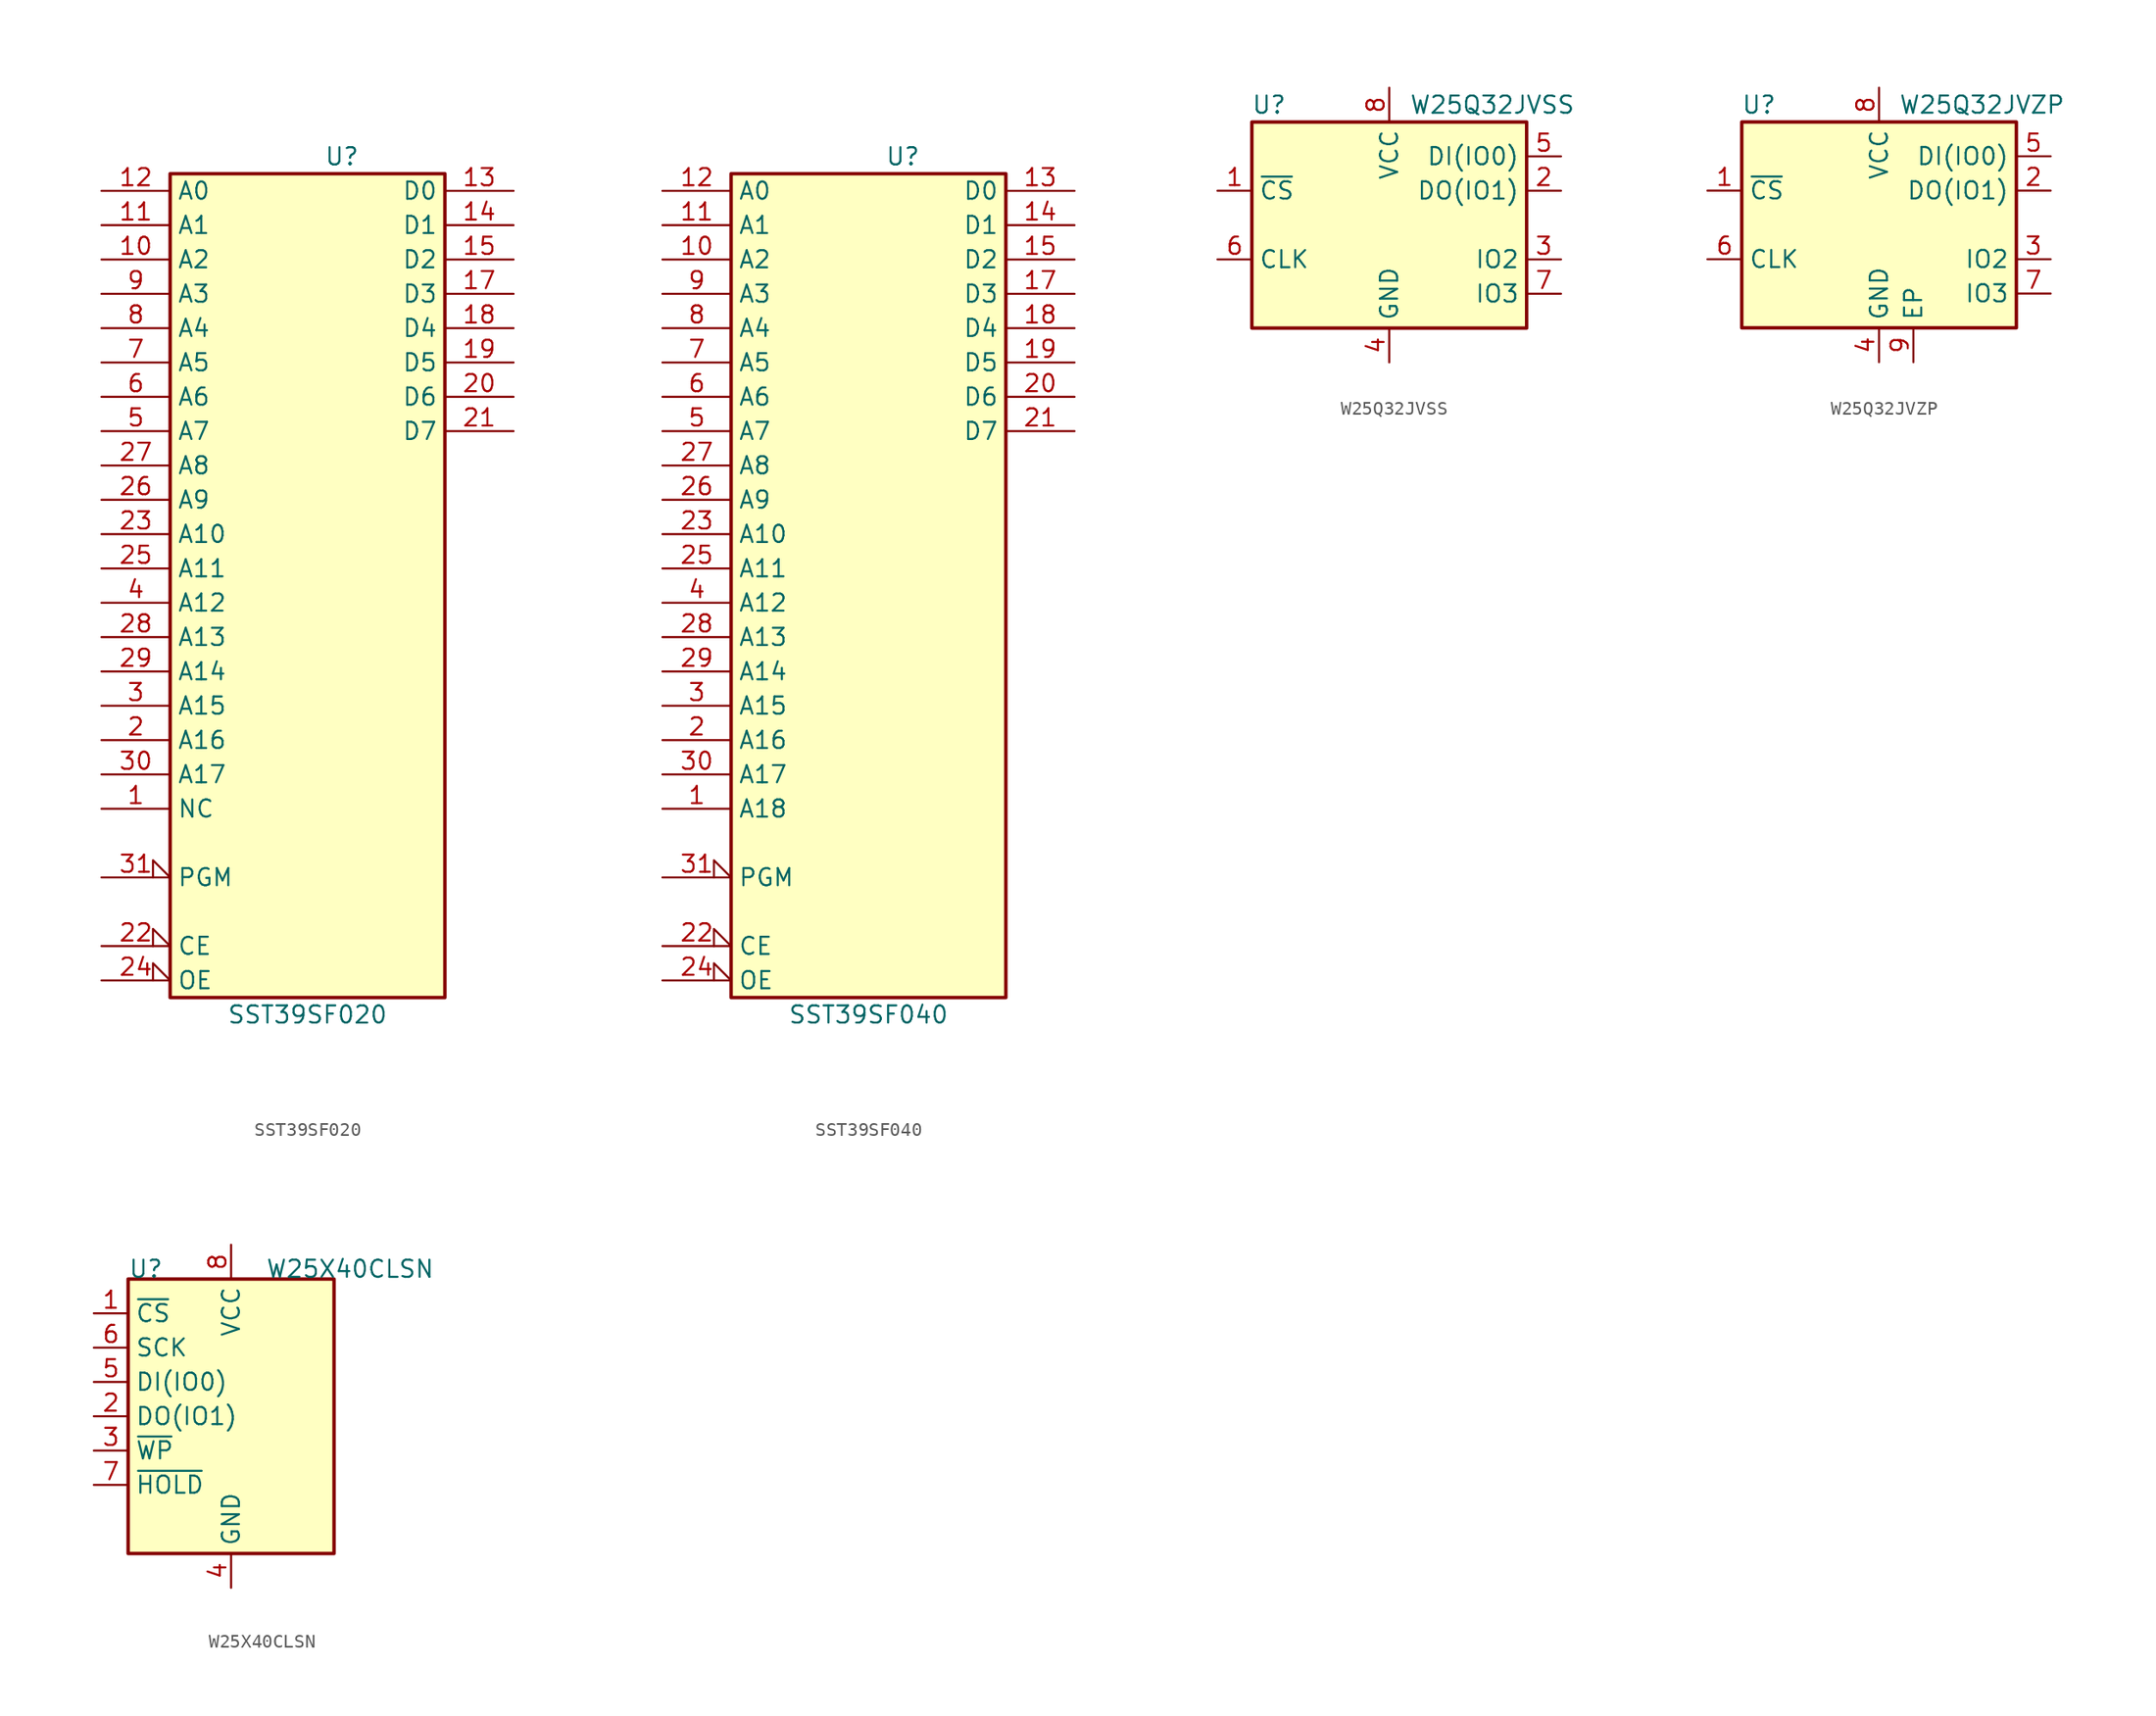
<source format=kicad_sym>
(kicad_symbol_lib
  (version 20211014)
  (generator kicad_symbol_editor)
  (symbol "SST39SF020"
    (property "Reference" "U"
      (at 2.54 33.02 0)
      (effects (font (size 1.27 1.27))))
    (property "Value" "SST39SF020"
      (at 0 -30.48 0)
      (effects (font (size 1.27 1.27))))
    (symbol "SST39SF020_0_0"
      (pin power_in line (at 0 -30.48 90) (length 1.27) hide (name "GND" (effects (font (size 1.27 1.27)))) (number "16" (effects (font (size 1.27 1.27)))))
      (pin power_in line (at 0 33.02 270) (length 1.27) hide (name "VCC" (effects (font (size 1.27 1.27)))) (number "32" (effects (font (size 1.27 1.27))))))
    (symbol "SST39SF020_0_1"
      (rectangle (start -10.16 31.75) (end 10.16 -29.21) (stroke (width 0.254) (type default) (color 0 0 0 0)) (fill (type background))))
    (symbol "SST39SF020_1_1"
      (pin input line (at -15.24 -15.24 0) (length 5.08) (name "NC" (effects (font (size 1.27 1.27)))) (number "1" (effects (font (size 1.27 1.27)))))
      (pin input line (at -15.24 25.4 0) (length 5.08) (name "A2" (effects (font (size 1.27 1.27)))) (number "10" (effects (font (size 1.27 1.27)))))
      (pin input line (at -15.24 27.94 0) (length 5.08) (name "A1" (effects (font (size 1.27 1.27)))) (number "11" (effects (font (size 1.27 1.27)))))
      (pin input line (at -15.24 30.48 0) (length 5.08) (name "A0" (effects (font (size 1.27 1.27)))) (number "12" (effects (font (size 1.27 1.27)))))
      (pin tri_state line (at 15.24 30.48 180) (length 5.08) (name "D0" (effects (font (size 1.27 1.27)))) (number "13" (effects (font (size 1.27 1.27)))))
      (pin tri_state line (at 15.24 27.94 180) (length 5.08) (name "D1" (effects (font (size 1.27 1.27)))) (number "14" (effects (font (size 1.27 1.27)))))
      (pin tri_state line (at 15.24 25.4 180) (length 5.08) (name "D2" (effects (font (size 1.27 1.27)))) (number "15" (effects (font (size 1.27 1.27)))))
      (pin tri_state line (at 15.24 22.86 180) (length 5.08) (name "D3" (effects (font (size 1.27 1.27)))) (number "17" (effects (font (size 1.27 1.27)))))
      (pin tri_state line (at 15.24 20.32 180) (length 5.08) (name "D4" (effects (font (size 1.27 1.27)))) (number "18" (effects (font (size 1.27 1.27)))))
      (pin tri_state line (at 15.24 17.78 180) (length 5.08) (name "D5" (effects (font (size 1.27 1.27)))) (number "19" (effects (font (size 1.27 1.27)))))
      (pin input line (at -15.24 -10.16 0) (length 5.08) (name "A16" (effects (font (size 1.27 1.27)))) (number "2" (effects (font (size 1.27 1.27)))))
      (pin tri_state line (at 15.24 15.24 180) (length 5.08) (name "D6" (effects (font (size 1.27 1.27)))) (number "20" (effects (font (size 1.27 1.27)))))
      (pin tri_state line (at 15.24 12.7 180) (length 5.08) (name "D7" (effects (font (size 1.27 1.27)))) (number "21" (effects (font (size 1.27 1.27)))))
      (pin input input_low (at -15.24 -25.4 0) (length 5.08) (name "CE" (effects (font (size 1.27 1.27)))) (number "22" (effects (font (size 1.27 1.27)))))
      (pin input line (at -15.24 5.08 0) (length 5.08) (name "A10" (effects (font (size 1.27 1.27)))) (number "23" (effects (font (size 1.27 1.27)))))
      (pin input input_low (at -15.24 -27.94 0) (length 5.08) (name "OE" (effects (font (size 1.27 1.27)))) (number "24" (effects (font (size 1.27 1.27)))))
      (pin input line (at -15.24 2.54 0) (length 5.08) (name "A11" (effects (font (size 1.27 1.27)))) (number "25" (effects (font (size 1.27 1.27)))))
      (pin input line (at -15.24 7.62 0) (length 5.08) (name "A9" (effects (font (size 1.27 1.27)))) (number "26" (effects (font (size 1.27 1.27)))))
      (pin input line (at -15.24 10.16 0) (length 5.08) (name "A8" (effects (font (size 1.27 1.27)))) (number "27" (effects (font (size 1.27 1.27)))))
      (pin input line (at -15.24 -2.54 0) (length 5.08) (name "A13" (effects (font (size 1.27 1.27)))) (number "28" (effects (font (size 1.27 1.27)))))
      (pin input line (at -15.24 -5.08 0) (length 5.08) (name "A14" (effects (font (size 1.27 1.27)))) (number "29" (effects (font (size 1.27 1.27)))))
      (pin input line (at -15.24 -7.62 0) (length 5.08) (name "A15" (effects (font (size 1.27 1.27)))) (number "3" (effects (font (size 1.27 1.27)))))
      (pin input line (at -15.24 -12.7 0) (length 5.08) (name "A17" (effects (font (size 1.27 1.27)))) (number "30" (effects (font (size 1.27 1.27)))))
      (pin input input_low (at -15.24 -20.32 0) (length 5.08) (name "PGM" (effects (font (size 1.27 1.27)))) (number "31" (effects (font (size 1.27 1.27)))))
      (pin input line (at -15.24 0 0) (length 5.08) (name "A12" (effects (font (size 1.27 1.27)))) (number "4" (effects (font (size 1.27 1.27)))))
      (pin input line (at -15.24 12.7 0) (length 5.08) (name "A7" (effects (font (size 1.27 1.27)))) (number "5" (effects (font (size 1.27 1.27)))))
      (pin input line (at -15.24 15.24 0) (length 5.08) (name "A6" (effects (font (size 1.27 1.27)))) (number "6" (effects (font (size 1.27 1.27)))))
      (pin input line (at -15.24 17.78 0) (length 5.08) (name "A5" (effects (font (size 1.27 1.27)))) (number "7" (effects (font (size 1.27 1.27)))))
      (pin input line (at -15.24 20.32 0) (length 5.08) (name "A4" (effects (font (size 1.27 1.27)))) (number "8" (effects (font (size 1.27 1.27)))))
      (pin input line (at -15.24 22.86 0) (length 5.08) (name "A3" (effects (font (size 1.27 1.27)))) (number "9" (effects (font (size 1.27 1.27)))))))
  (symbol "SST39SF040"
    (property "Reference" "U"
      (at 2.54 33.02 0)
      (effects (font (size 1.27 1.27))))
    (property "Value" "SST39SF040"
      (at 0 -30.48 0)
      (effects (font (size 1.27 1.27))))
    (symbol "SST39SF040_0_0"
      (pin power_in line (at 0 -30.48 90) (length 1.27) hide (name "GND" (effects (font (size 1.27 1.27)))) (number "16" (effects (font (size 1.27 1.27)))))
      (pin power_in line (at 0 33.02 270) (length 1.27) hide (name "VCC" (effects (font (size 1.27 1.27)))) (number "32" (effects (font (size 1.27 1.27))))))
    (symbol "SST39SF040_0_1"
      (rectangle (start -10.16 31.75) (end 10.16 -29.21) (stroke (width 0.254) (type default) (color 0 0 0 0)) (fill (type background))))
    (symbol "SST39SF040_1_1"
      (pin input line (at -15.24 -15.24 0) (length 5.08) (name "A18" (effects (font (size 1.27 1.27)))) (number "1" (effects (font (size 1.27 1.27)))))
      (pin input line (at -15.24 25.4 0) (length 5.08) (name "A2" (effects (font (size 1.27 1.27)))) (number "10" (effects (font (size 1.27 1.27)))))
      (pin input line (at -15.24 27.94 0) (length 5.08) (name "A1" (effects (font (size 1.27 1.27)))) (number "11" (effects (font (size 1.27 1.27)))))
      (pin input line (at -15.24 30.48 0) (length 5.08) (name "A0" (effects (font (size 1.27 1.27)))) (number "12" (effects (font (size 1.27 1.27)))))
      (pin tri_state line (at 15.24 30.48 180) (length 5.08) (name "D0" (effects (font (size 1.27 1.27)))) (number "13" (effects (font (size 1.27 1.27)))))
      (pin tri_state line (at 15.24 27.94 180) (length 5.08) (name "D1" (effects (font (size 1.27 1.27)))) (number "14" (effects (font (size 1.27 1.27)))))
      (pin tri_state line (at 15.24 25.4 180) (length 5.08) (name "D2" (effects (font (size 1.27 1.27)))) (number "15" (effects (font (size 1.27 1.27)))))
      (pin tri_state line (at 15.24 22.86 180) (length 5.08) (name "D3" (effects (font (size 1.27 1.27)))) (number "17" (effects (font (size 1.27 1.27)))))
      (pin tri_state line (at 15.24 20.32 180) (length 5.08) (name "D4" (effects (font (size 1.27 1.27)))) (number "18" (effects (font (size 1.27 1.27)))))
      (pin tri_state line (at 15.24 17.78 180) (length 5.08) (name "D5" (effects (font (size 1.27 1.27)))) (number "19" (effects (font (size 1.27 1.27)))))
      (pin input line (at -15.24 -10.16 0) (length 5.08) (name "A16" (effects (font (size 1.27 1.27)))) (number "2" (effects (font (size 1.27 1.27)))))
      (pin tri_state line (at 15.24 15.24 180) (length 5.08) (name "D6" (effects (font (size 1.27 1.27)))) (number "20" (effects (font (size 1.27 1.27)))))
      (pin tri_state line (at 15.24 12.7 180) (length 5.08) (name "D7" (effects (font (size 1.27 1.27)))) (number "21" (effects (font (size 1.27 1.27)))))
      (pin input input_low (at -15.24 -25.4 0) (length 5.08) (name "CE" (effects (font (size 1.27 1.27)))) (number "22" (effects (font (size 1.27 1.27)))))
      (pin input line (at -15.24 5.08 0) (length 5.08) (name "A10" (effects (font (size 1.27 1.27)))) (number "23" (effects (font (size 1.27 1.27)))))
      (pin input input_low (at -15.24 -27.94 0) (length 5.08) (name "OE" (effects (font (size 1.27 1.27)))) (number "24" (effects (font (size 1.27 1.27)))))
      (pin input line (at -15.24 2.54 0) (length 5.08) (name "A11" (effects (font (size 1.27 1.27)))) (number "25" (effects (font (size 1.27 1.27)))))
      (pin input line (at -15.24 7.62 0) (length 5.08) (name "A9" (effects (font (size 1.27 1.27)))) (number "26" (effects (font (size 1.27 1.27)))))
      (pin input line (at -15.24 10.16 0) (length 5.08) (name "A8" (effects (font (size 1.27 1.27)))) (number "27" (effects (font (size 1.27 1.27)))))
      (pin input line (at -15.24 -2.54 0) (length 5.08) (name "A13" (effects (font (size 1.27 1.27)))) (number "28" (effects (font (size 1.27 1.27)))))
      (pin input line (at -15.24 -5.08 0) (length 5.08) (name "A14" (effects (font (size 1.27 1.27)))) (number "29" (effects (font (size 1.27 1.27)))))
      (pin input line (at -15.24 -7.62 0) (length 5.08) (name "A15" (effects (font (size 1.27 1.27)))) (number "3" (effects (font (size 1.27 1.27)))))
      (pin input line (at -15.24 -12.7 0) (length 5.08) (name "A17" (effects (font (size 1.27 1.27)))) (number "30" (effects (font (size 1.27 1.27)))))
      (pin input input_low (at -15.24 -20.32 0) (length 5.08) (name "PGM" (effects (font (size 1.27 1.27)))) (number "31" (effects (font (size 1.27 1.27)))))
      (pin input line (at -15.24 0 0) (length 5.08) (name "A12" (effects (font (size 1.27 1.27)))) (number "4" (effects (font (size 1.27 1.27)))))
      (pin input line (at -15.24 12.7 0) (length 5.08) (name "A7" (effects (font (size 1.27 1.27)))) (number "5" (effects (font (size 1.27 1.27)))))
      (pin input line (at -15.24 15.24 0) (length 5.08) (name "A6" (effects (font (size 1.27 1.27)))) (number "6" (effects (font (size 1.27 1.27)))))
      (pin input line (at -15.24 17.78 0) (length 5.08) (name "A5" (effects (font (size 1.27 1.27)))) (number "7" (effects (font (size 1.27 1.27)))))
      (pin input line (at -15.24 20.32 0) (length 5.08) (name "A4" (effects (font (size 1.27 1.27)))) (number "8" (effects (font (size 1.27 1.27)))))
      (pin input line (at -15.24 22.86 0) (length 5.08) (name "A3" (effects (font (size 1.27 1.27)))) (number "9" (effects (font (size 1.27 1.27)))))))
  (symbol "W25Q32JVSS"
    (property "Reference" "U"
      (at -8.89 8.89 0)
      (effects (font (size 1.27 1.27))))
    (property "Value" "W25Q32JVSS"
      (at 7.62 8.89 0)
      (effects (font (size 1.27 1.27))))
    (symbol "W25Q32JVSS_0_1"
      (rectangle (start -10.16 7.62) (end 10.16 -7.62) (stroke (width 0.254) (type default) (color 0 0 0 0)) (fill (type background))))
    (symbol "W25Q32JVSS_1_1"
      (pin input line (at -12.7 2.54 0) (length 2.54) (name "~{CS}" (effects (font (size 1.27 1.27)))) (number "1" (effects (font (size 1.27 1.27)))))
      (pin bidirectional line (at 12.7 2.54 180) (length 2.54) (name "DO(IO1)" (effects (font (size 1.27 1.27)))) (number "2" (effects (font (size 1.27 1.27)))))
      (pin bidirectional line (at 12.7 -2.54 180) (length 2.54) (name "IO2" (effects (font (size 1.27 1.27)))) (number "3" (effects (font (size 1.27 1.27)))))
      (pin power_in line (at 0 -10.16 90) (length 2.54) (name "GND" (effects (font (size 1.27 1.27)))) (number "4" (effects (font (size 1.27 1.27)))))
      (pin bidirectional line (at 12.7 5.08 180) (length 2.54) (name "DI(IO0)" (effects (font (size 1.27 1.27)))) (number "5" (effects (font (size 1.27 1.27)))))
      (pin input line (at -12.7 -2.54 0) (length 2.54) (name "CLK" (effects (font (size 1.27 1.27)))) (number "6" (effects (font (size 1.27 1.27)))))
      (pin bidirectional line (at 12.7 -5.08 180) (length 2.54) (name "IO3" (effects (font (size 1.27 1.27)))) (number "7" (effects (font (size 1.27 1.27)))))
      (pin power_in line (at 0 10.16 270) (length 2.54) (name "VCC" (effects (font (size 1.27 1.27)))) (number "8" (effects (font (size 1.27 1.27)))))))
  (symbol "W25Q32JVZP"
    (property "Reference" "U"
      (at -8.89 8.89 0)
      (effects (font (size 1.27 1.27))))
    (property "Value" "W25Q32JVZP"
      (at 7.62 8.89 0)
      (effects (font (size 1.27 1.27))))
    (symbol "W25Q32JVZP_0_1"
      (rectangle (start -10.16 7.62) (end 10.16 -7.62) (stroke (width 0.254) (type default) (color 0 0 0 0)) (fill (type background))))
    (symbol "W25Q32JVZP_1_1"
      (pin input line (at -12.7 2.54 0) (length 2.54) (name "~{CS}" (effects (font (size 1.27 1.27)))) (number "1" (effects (font (size 1.27 1.27)))))
      (pin bidirectional line (at 12.7 2.54 180) (length 2.54) (name "DO(IO1)" (effects (font (size 1.27 1.27)))) (number "2" (effects (font (size 1.27 1.27)))))
      (pin bidirectional line (at 12.7 -2.54 180) (length 2.54) (name "IO2" (effects (font (size 1.27 1.27)))) (number "3" (effects (font (size 1.27 1.27)))))
      (pin power_in line (at 0 -10.16 90) (length 2.54) (name "GND" (effects (font (size 1.27 1.27)))) (number "4" (effects (font (size 1.27 1.27)))))
      (pin bidirectional line (at 12.7 5.08 180) (length 2.54) (name "DI(IO0)" (effects (font (size 1.27 1.27)))) (number "5" (effects (font (size 1.27 1.27)))))
      (pin input line (at -12.7 -2.54 0) (length 2.54) (name "CLK" (effects (font (size 1.27 1.27)))) (number "6" (effects (font (size 1.27 1.27)))))
      (pin bidirectional line (at 12.7 -5.08 180) (length 2.54) (name "IO3" (effects (font (size 1.27 1.27)))) (number "7" (effects (font (size 1.27 1.27)))))
      (pin power_in line (at 0 10.16 270) (length 2.54) (name "VCC" (effects (font (size 1.27 1.27)))) (number "8" (effects (font (size 1.27 1.27)))))
      (pin passive line (at 2.54 -10.16 90) (length 2.54) (name "EP" (effects (font (size 1.27 1.27)))) (number "9" (effects (font (size 1.27 1.27)))))))
  (symbol "W25X40CLSN"
    (property "Reference" "U"
      (at -7.62 10.16 0)
      (effects (font (size 1.27 1.27)) (justify left bottom)))
    (property "Value" "W25X40CLSN"
      (at 2.54 10.16 0)
      (effects (font (size 1.27 1.27)) (justify left bottom)))
    (symbol "W25X40CLSN_0_1"
      (rectangle (start -7.62 10.16) (end 7.62 -10.16) (stroke (width 0.254) (type default) (color 0 0 0 0)) (fill (type background))))
    (symbol "W25X40CLSN_1_1"
      (pin input line (at -10.16 7.62 0) (length 2.54) (name "~{CS}" (effects (font (size 1.27 1.27)))) (number "1" (effects (font (size 1.27 1.27)))))
      (pin bidirectional line (at -10.16 0 0) (length 2.54) (name "DO(IO1)" (effects (font (size 1.27 1.27)))) (number "2" (effects (font (size 1.27 1.27)))))
      (pin bidirectional line (at -10.16 -2.54 0) (length 2.54) (name "~{WP}" (effects (font (size 1.27 1.27)))) (number "3" (effects (font (size 1.27 1.27)))))
      (pin power_in line (at 0 -12.7 90) (length 2.54) (name "GND" (effects (font (size 1.27 1.27)))) (number "4" (effects (font (size 1.27 1.27)))))
      (pin bidirectional line (at -10.16 2.54 0) (length 2.54) (name "DI(IO0)" (effects (font (size 1.27 1.27)))) (number "5" (effects (font (size 1.27 1.27)))))
      (pin input line (at -10.16 5.08 0) (length 2.54) (name "SCK" (effects (font (size 1.27 1.27)))) (number "6" (effects (font (size 1.27 1.27)))))
      (pin bidirectional line (at -10.16 -5.08 0) (length 2.54) (name "~{HOLD}" (effects (font (size 1.27 1.27)))) (number "7" (effects (font (size 1.27 1.27)))))
      (pin power_in line (at 0 12.7 270) (length 2.54) (name "VCC" (effects (font (size 1.27 1.27)))) (number "8" (effects (font (size 1.27 1.27))))))))
</source>
